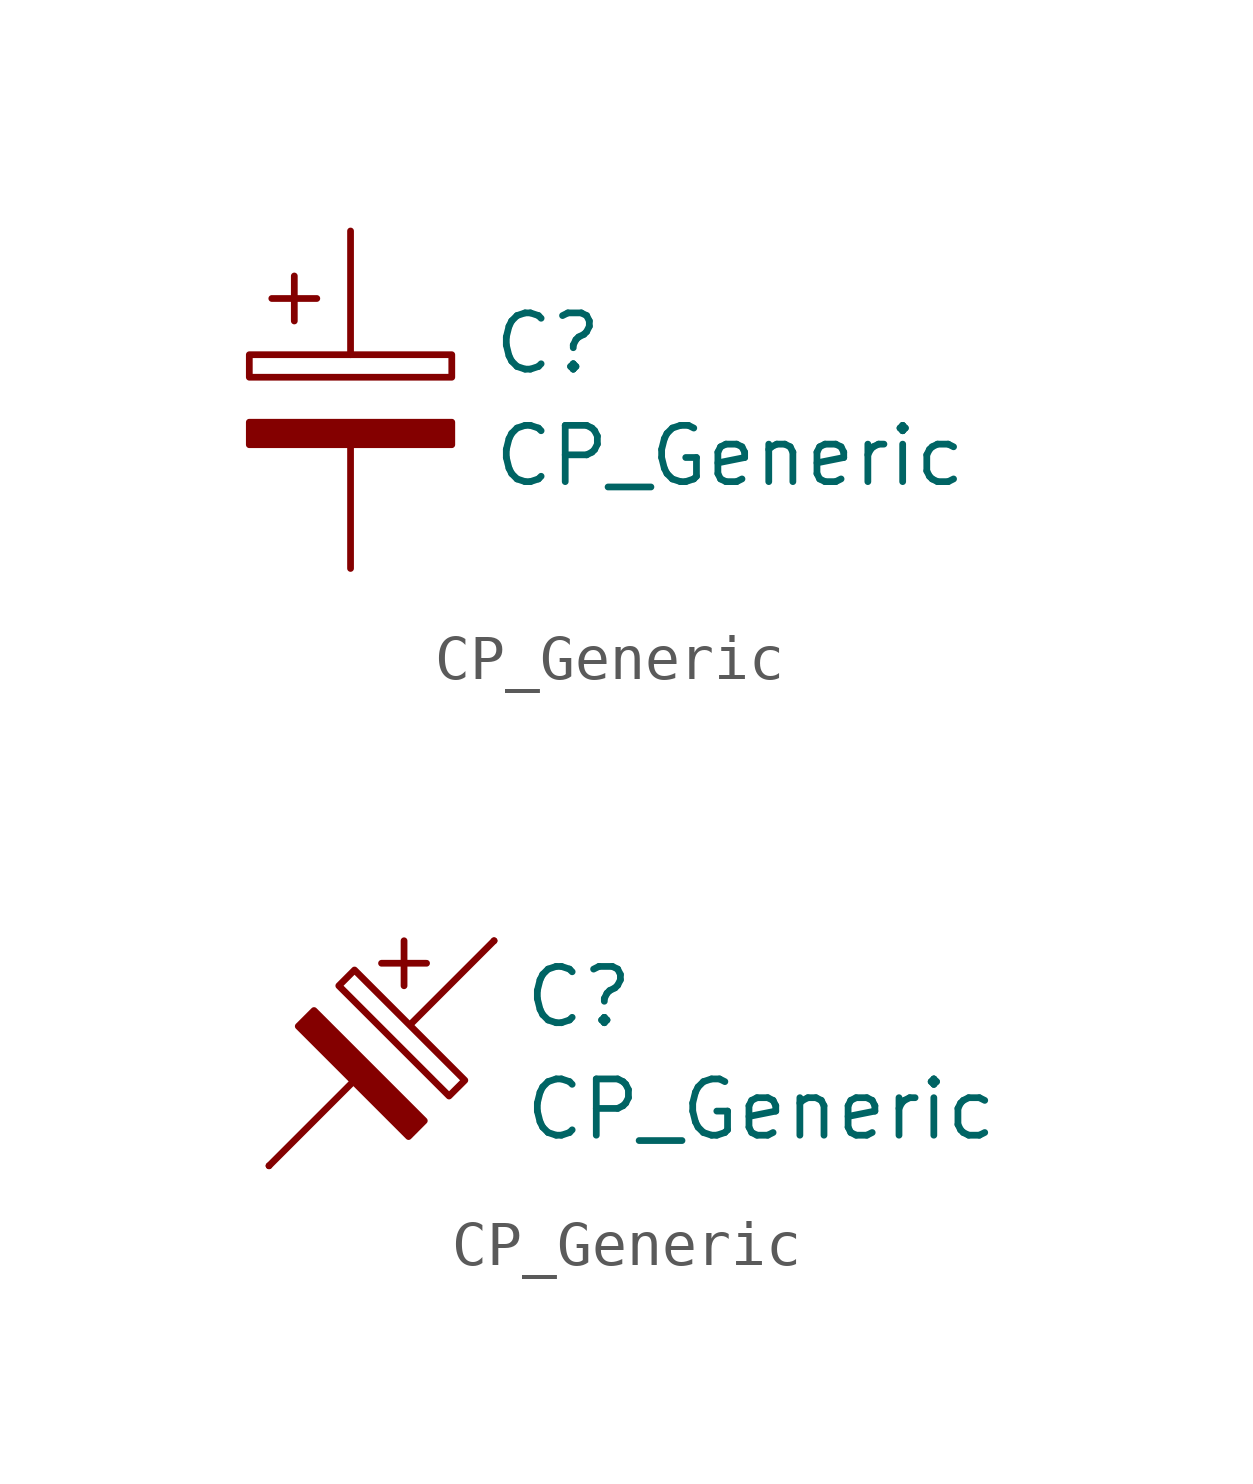
<source format=kicad_sym>
(kicad_symbol_lib
  (version 20220914)
  (generator kicad_symbol_editor)
  (symbol "CP_Generic"
    (pin_numbers hide)
    (pin_names
      (offset 0.254))
    (property "Reference" "C"
      (at 3.175 1.27 0)
      (effects (font (size 1.27 1.27)) (justify left)))
    (property "Value" "CP_Generic"
      (at 3.175 -1.27 0)
      (effects (font (size 1.27 1.27)) (justify left)))
    (symbol "CP_Generic_0_1"
      (rectangle (start -2.286 1.016) (end 2.286 0.508) (stroke (width 0) (type default)) (fill (type none)))
      (polyline (pts (xy -1.778 2.286) (xy -0.762 2.286)) (stroke (width 0) (type default)) (fill (type none)))
      (polyline (pts (xy -1.27 2.794) (xy -1.27 1.778)) (stroke (width 0) (type default)) (fill (type none)))
      (rectangle (start 2.286 -0.508) (end -2.286 -1.016) (stroke (width 0) (type default)) (fill (type outline))))
    (symbol "CP_Generic_0_2"
      (polyline (pts (xy -2.54 -2.54) (xy -0.66 -0.66)) (stroke (width 0) (type default)) (fill (type none)))
      (polyline (pts (xy 0 2.032) (xy 1.016 2.032)) (stroke (width 0) (type default)) (fill (type none)))
      (polyline (pts (xy 0.508 2.54) (xy 0.508 1.524)) (stroke (width 0) (type default)) (fill (type none)))
      (polyline (pts (xy 0.66 0.66) (xy 2.54 2.54)) (stroke (width 0) (type default)) (fill (type none)))
      (polyline (pts (xy -1.88 0.61) (xy 0.61 -1.88) (xy 0.965 -1.524) (xy -1.524 0.965) (xy -1.88 0.61)) (stroke (width 0) (type default)) (fill (type outline)))
      (polyline (pts (xy -0.965 1.524) (xy 1.524 -0.965) (xy 1.88 -0.61) (xy -0.61 1.88) (xy -0.965 1.524)) (stroke (width 0) (type default)) (fill (type none))))
    (symbol "CP_Generic_1_1"
      (pin passive line (at 0 3.81 270) (length 2.794) (name "~" (effects (font (size 1.27 1.27)))) (number "1" (effects (font (size 1.27 1.27)))))
      (pin passive line (at 0 -3.81 90) (length 2.794) (name "~" (effects (font (size 1.27 1.27)))) (number "2" (effects (font (size 1.27 1.27))))))
    (symbol "CP_Generic_1_2"
      (pin passive line (at 2.54 2.54 270) (length 0) (name "~" (effects (font (size 1.27 1.27)))) (number "1" (effects (font (size 1.27 1.27)))))
      (pin passive line (at -2.54 -2.54 90) (length 0) (name "~" (effects (font (size 1.27 1.27)))) (number "2" (effects (font (size 1.27 1.27))))))))
</source>
